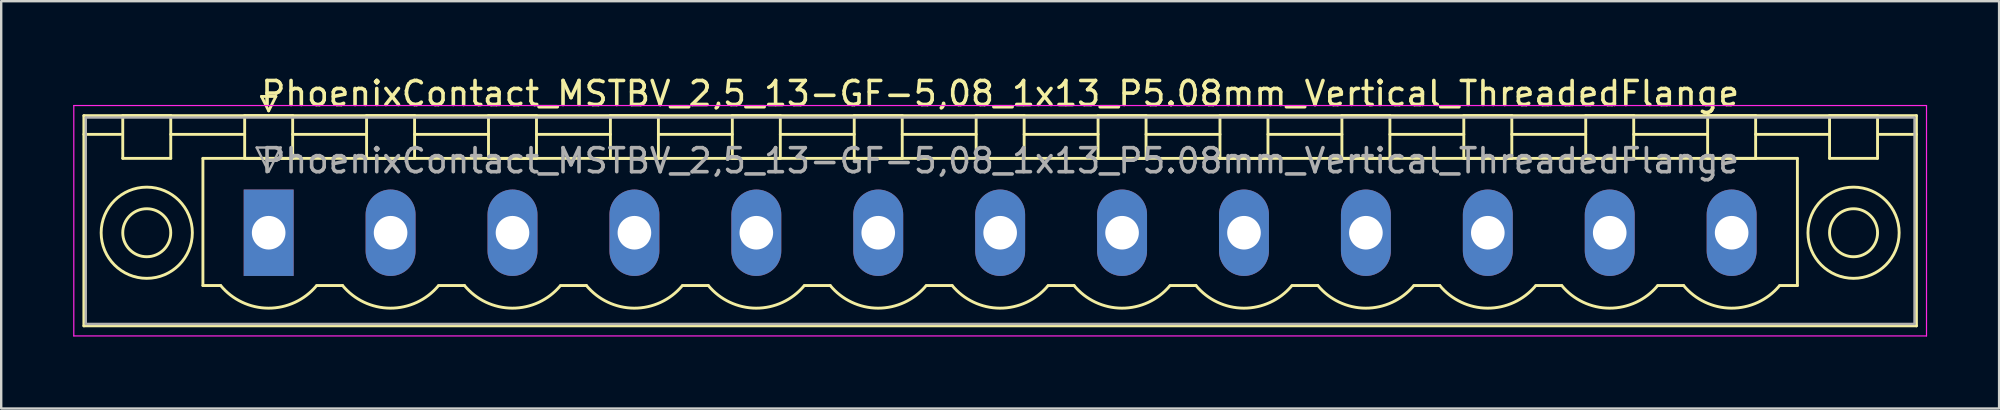
<source format=kicad_pcb>
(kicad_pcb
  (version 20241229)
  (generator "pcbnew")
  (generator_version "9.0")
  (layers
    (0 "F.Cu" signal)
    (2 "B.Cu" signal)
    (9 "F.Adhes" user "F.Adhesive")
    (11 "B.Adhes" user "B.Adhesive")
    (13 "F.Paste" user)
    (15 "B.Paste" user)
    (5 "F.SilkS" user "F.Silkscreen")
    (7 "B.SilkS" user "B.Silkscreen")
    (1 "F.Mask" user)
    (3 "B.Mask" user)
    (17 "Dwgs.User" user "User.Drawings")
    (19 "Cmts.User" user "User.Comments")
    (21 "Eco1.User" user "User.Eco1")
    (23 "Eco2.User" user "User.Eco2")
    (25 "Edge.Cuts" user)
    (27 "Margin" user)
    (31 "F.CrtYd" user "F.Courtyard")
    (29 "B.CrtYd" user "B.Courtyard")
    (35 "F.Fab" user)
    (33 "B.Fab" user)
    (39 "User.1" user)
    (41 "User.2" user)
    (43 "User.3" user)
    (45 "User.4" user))
  (footprint "PhoenixContact_MSTBV_2,5_13-GF-5,08_1x13_P5.08mm_Vertical_ThreadedFlange"
    (layer "F.Cu")
    (at 8.145 6.648)
    (property "Reference" "PhoenixContact_MSTBV_2,5_13-GF-5,08_1x13_P5.08mm_Vertical_ThreadedFlange" (at 30.48 -5.8 0) (layer "F.SilkS") (effects (font (size 1 1) (thickness 0.15))))
    (attr through_hole)
    (fp_line (start -7.7 -4.88) (end -7.7 3.88) (stroke (width 0.12) (type solid)) (layer "F.SilkS"))
    (fp_line (start -7.7 -4.1) (end -6.16 -4.1) (stroke (width 0.12) (type solid)) (layer "F.SilkS"))
    (fp_line (start -7.7 3.88) (end 68.66 3.88) (stroke (width 0.12) (type solid)) (layer "F.SilkS"))
    (fp_line (start -6.08 -4.88) (end -4.08 -4.88) (stroke (width 0.12) (type solid)) (layer "F.SilkS"))
    (fp_line (start -6.08 -3.1) (end -6.08 -4.88) (stroke (width 0.12) (type solid)) (layer "F.SilkS"))
    (fp_line (start -4.08 -4.88) (end -4.08 -3.1) (stroke (width 0.12) (type solid)) (layer "F.SilkS"))
    (fp_line (start -4.08 -4.1) (end -1 -4.1) (stroke (width 0.12) (type solid)) (layer "F.SilkS"))
    (fp_line (start -4.08 -3.1) (end -6.08 -3.1) (stroke (width 0.12) (type solid)) (layer "F.SilkS"))
    (fp_line (start -2.74 -3.1) (end 63.7 -3.1) (stroke (width 0.12) (type solid)) (layer "F.SilkS"))
    (fp_line (start -2.74 2.2) (end -2.74 -3.1) (stroke (width 0.12) (type solid)) (layer "F.SilkS"))
    (fp_line (start -2 2.2) (end -2.74 2.2) (stroke (width 0.12) (type solid)) (layer "F.SilkS"))
    (fp_line (start -1 -4.88) (end 1 -4.88) (stroke (width 0.12) (type solid)) (layer "F.SilkS"))
    (fp_line (start -1 -3.1) (end -1 -4.88) (stroke (width 0.12) (type solid)) (layer "F.SilkS"))
    (fp_line (start -0.3 -5.68) (end 0.3 -5.68) (stroke (width 0.12) (type solid)) (layer "F.SilkS"))
    (fp_line (start 0 -5.08) (end -0.3 -5.68) (stroke (width 0.12) (type solid)) (layer "F.SilkS"))
    (fp_line (start 0.3 -5.68) (end 0 -5.08) (stroke (width 0.12) (type solid)) (layer "F.SilkS"))
    (fp_line (start 1 -4.88) (end 1 -3.1) (stroke (width 0.12) (type solid)) (layer "F.SilkS"))
    (fp_line (start 1 -4.1) (end 4.08 -4.1) (stroke (width 0.12) (type solid)) (layer "F.SilkS"))
    (fp_line (start 1 -3.1) (end -1 -3.1) (stroke (width 0.12) (type solid)) (layer "F.SilkS"))
    (fp_line (start 2 2.2) (end 3.08 2.2) (stroke (width 0.12) (type solid)) (layer "F.SilkS"))
    (fp_line (start 4.08 -4.88) (end 6.08 -4.88) (stroke (width 0.12) (type solid)) (layer "F.SilkS"))
    (fp_line (start 4.08 -3.1) (end 4.08 -4.88) (stroke (width 0.12) (type solid)) (layer "F.SilkS"))
    (fp_line (start 6.08 -4.88) (end 6.08 -3.1) (stroke (width 0.12) (type solid)) (layer "F.SilkS"))
    (fp_line (start 6.08 -4.1) (end 9.16 -4.1) (stroke (width 0.12) (type solid)) (layer "F.SilkS"))
    (fp_line (start 6.08 -3.1) (end 4.08 -3.1) (stroke (width 0.12) (type solid)) (layer "F.SilkS"))
    (fp_line (start 7.08 2.2) (end 8.16 2.2) (stroke (width 0.12) (type solid)) (layer "F.SilkS"))
    (fp_line (start 9.16 -4.88) (end 11.16 -4.88) (stroke (width 0.12) (type solid)) (layer "F.SilkS"))
    (fp_line (start 9.16 -3.1) (end 9.16 -4.88) (stroke (width 0.12) (type solid)) (layer "F.SilkS"))
    (fp_line (start 11.16 -4.88) (end 11.16 -3.1) (stroke (width 0.12) (type solid)) (layer "F.SilkS"))
    (fp_line (start 11.16 -4.1) (end 14.24 -4.1) (stroke (width 0.12) (type solid)) (layer "F.SilkS"))
    (fp_line (start 11.16 -3.1) (end 9.16 -3.1) (stroke (width 0.12) (type solid)) (layer "F.SilkS"))
    (fp_line (start 12.16 2.2) (end 13.24 2.2) (stroke (width 0.12) (type solid)) (layer "F.SilkS"))
    (fp_line (start 14.24 -4.88) (end 16.24 -4.88) (stroke (width 0.12) (type solid)) (layer "F.SilkS"))
    (fp_line (start 14.24 -3.1) (end 14.24 -4.88) (stroke (width 0.12) (type solid)) (layer "F.SilkS"))
    (fp_line (start 16.24 -4.88) (end 16.24 -3.1) (stroke (width 0.12) (type solid)) (layer "F.SilkS"))
    (fp_line (start 16.24 -4.1) (end 19.32 -4.1) (stroke (width 0.12) (type solid)) (layer "F.SilkS"))
    (fp_line (start 16.24 -3.1) (end 14.24 -3.1) (stroke (width 0.12) (type solid)) (layer "F.SilkS"))
    (fp_line (start 17.24 2.2) (end 18.32 2.2) (stroke (width 0.12) (type solid)) (layer "F.SilkS"))
    (fp_line (start 19.32 -4.88) (end 21.32 -4.88) (stroke (width 0.12) (type solid)) (layer "F.SilkS"))
    (fp_line (start 19.32 -3.1) (end 19.32 -4.88) (stroke (width 0.12) (type solid)) (layer "F.SilkS"))
    (fp_line (start 21.32 -4.88) (end 21.32 -3.1) (stroke (width 0.12) (type solid)) (layer "F.SilkS"))
    (fp_line (start 21.32 -4.1) (end 24.4 -4.1) (stroke (width 0.12) (type solid)) (layer "F.SilkS"))
    (fp_line (start 21.32 -3.1) (end 19.32 -3.1) (stroke (width 0.12) (type solid)) (layer "F.SilkS"))
    (fp_line (start 22.32 2.2) (end 23.4 2.2) (stroke (width 0.12) (type solid)) (layer "F.SilkS"))
    (fp_line (start 24.4 -4.88) (end 26.4 -4.88) (stroke (width 0.12) (type solid)) (layer "F.SilkS"))
    (fp_line (start 24.4 -3.1) (end 24.4 -4.88) (stroke (width 0.12) (type solid)) (layer "F.SilkS"))
    (fp_line (start 26.4 -4.88) (end 26.4 -3.1) (stroke (width 0.12) (type solid)) (layer "F.SilkS"))
    (fp_line (start 26.4 -4.1) (end 29.48 -4.1) (stroke (width 0.12) (type solid)) (layer "F.SilkS"))
    (fp_line (start 26.4 -3.1) (end 24.4 -3.1) (stroke (width 0.12) (type solid)) (layer "F.SilkS"))
    (fp_line (start 27.4 2.2) (end 28.48 2.2) (stroke (width 0.12) (type solid)) (layer "F.SilkS"))
    (fp_line (start 29.48 -4.88) (end 31.48 -4.88) (stroke (width 0.12) (type solid)) (layer "F.SilkS"))
    (fp_line (start 29.48 -3.1) (end 29.48 -4.88) (stroke (width 0.12) (type solid)) (layer "F.SilkS"))
    (fp_line (start 31.48 -4.88) (end 31.48 -3.1) (stroke (width 0.12) (type solid)) (layer "F.SilkS"))
    (fp_line (start 31.48 -4.1) (end 34.56 -4.1) (stroke (width 0.12) (type solid)) (layer "F.SilkS"))
    (fp_line (start 31.48 -3.1) (end 29.48 -3.1) (stroke (width 0.12) (type solid)) (layer "F.SilkS"))
    (fp_line (start 32.48 2.2) (end 33.56 2.2) (stroke (width 0.12) (type solid)) (layer "F.SilkS"))
    (fp_line (start 34.56 -4.88) (end 36.56 -4.88) (stroke (width 0.12) (type solid)) (layer "F.SilkS"))
    (fp_line (start 34.56 -3.1) (end 34.56 -4.88) (stroke (width 0.12) (type solid)) (layer "F.SilkS"))
    (fp_line (start 36.56 -4.88) (end 36.56 -3.1) (stroke (width 0.12) (type solid)) (layer "F.SilkS"))
    (fp_line (start 36.56 -4.1) (end 39.64 -4.1) (stroke (width 0.12) (type solid)) (layer "F.SilkS"))
    (fp_line (start 36.56 -3.1) (end 34.56 -3.1) (stroke (width 0.12) (type solid)) (layer "F.SilkS"))
    (fp_line (start 37.56 2.2) (end 38.64 2.2) (stroke (width 0.12) (type solid)) (layer "F.SilkS"))
    (fp_line (start 39.64 -4.88) (end 41.64 -4.88) (stroke (width 0.12) (type solid)) (layer "F.SilkS"))
    (fp_line (start 39.64 -3.1) (end 39.64 -4.88) (stroke (width 0.12) (type solid)) (layer "F.SilkS"))
    (fp_line (start 41.64 -4.88) (end 41.64 -3.1) (stroke (width 0.12) (type solid)) (layer "F.SilkS"))
    (fp_line (start 41.64 -4.1) (end 44.72 -4.1) (stroke (width 0.12) (type solid)) (layer "F.SilkS"))
    (fp_line (start 41.64 -3.1) (end 39.64 -3.1) (stroke (width 0.12) (type solid)) (layer "F.SilkS"))
    (fp_line (start 42.64 2.2) (end 43.72 2.2) (stroke (width 0.12) (type solid)) (layer "F.SilkS"))
    (fp_line (start 44.72 -4.88) (end 46.72 -4.88) (stroke (width 0.12) (type solid)) (layer "F.SilkS"))
    (fp_line (start 44.72 -3.1) (end 44.72 -4.88) (stroke (width 0.12) (type solid)) (layer "F.SilkS"))
    (fp_line (start 46.72 -4.88) (end 46.72 -3.1) (stroke (width 0.12) (type solid)) (layer "F.SilkS"))
    (fp_line (start 46.72 -4.1) (end 49.8 -4.1) (stroke (width 0.12) (type solid)) (layer "F.SilkS"))
    (fp_line (start 46.72 -3.1) (end 44.72 -3.1) (stroke (width 0.12) (type solid)) (layer "F.SilkS"))
    (fp_line (start 47.72 2.2) (end 48.8 2.2) (stroke (width 0.12) (type solid)) (layer "F.SilkS"))
    (fp_line (start 49.8 -4.88) (end 51.8 -4.88) (stroke (width 0.12) (type solid)) (layer "F.SilkS"))
    (fp_line (start 49.8 -3.1) (end 49.8 -4.88) (stroke (width 0.12) (type solid)) (layer "F.SilkS"))
    (fp_line (start 51.8 -4.88) (end 51.8 -3.1) (stroke (width 0.12) (type solid)) (layer "F.SilkS"))
    (fp_line (start 51.8 -4.1) (end 54.88 -4.1) (stroke (width 0.12) (type solid)) (layer "F.SilkS"))
    (fp_line (start 51.8 -3.1) (end 49.8 -3.1) (stroke (width 0.12) (type solid)) (layer "F.SilkS"))
    (fp_line (start 52.8 2.2) (end 53.88 2.2) (stroke (width 0.12) (type solid)) (layer "F.SilkS"))
    (fp_line (start 54.88 -4.88) (end 56.88 -4.88) (stroke (width 0.12) (type solid)) (layer "F.SilkS"))
    (fp_line (start 54.88 -3.1) (end 54.88 -4.88) (stroke (width 0.12) (type solid)) (layer "F.SilkS"))
    (fp_line (start 56.88 -4.88) (end 56.88 -3.1) (stroke (width 0.12) (type solid)) (layer "F.SilkS"))
    (fp_line (start 56.88 -4.1) (end 59.96 -4.1) (stroke (width 0.12) (type solid)) (layer "F.SilkS"))
    (fp_line (start 56.88 -3.1) (end 54.88 -3.1) (stroke (width 0.12) (type solid)) (layer "F.SilkS"))
    (fp_line (start 57.88 2.2) (end 58.96 2.2) (stroke (width 0.12) (type solid)) (layer "F.SilkS"))
    (fp_line (start 59.96 -4.88) (end 61.96 -4.88) (stroke (width 0.12) (type solid)) (layer "F.SilkS"))
    (fp_line (start 59.96 -3.1) (end 59.96 -4.88) (stroke (width 0.12) (type solid)) (layer "F.SilkS"))
    (fp_line (start 61.96 -4.88) (end 61.96 -3.1) (stroke (width 0.12) (type solid)) (layer "F.SilkS"))
    (fp_line (start 61.96 -4.1) (end 65.04 -4.1) (stroke (width 0.12) (type solid)) (layer "F.SilkS"))
    (fp_line (start 61.96 -3.1) (end 59.96 -3.1) (stroke (width 0.12) (type solid)) (layer "F.SilkS"))
    (fp_line (start 63.7 -3.1) (end 63.7 2.2) (stroke (width 0.12) (type solid)) (layer "F.SilkS"))
    (fp_line (start 63.7 2.2) (end 62.96 2.2) (stroke (width 0.12) (type solid)) (layer "F.SilkS"))
    (fp_line (start 65.04 -4.88) (end 67.04 -4.88) (stroke (width 0.12) (type solid)) (layer "F.SilkS"))
    (fp_line (start 65.04 -3.1) (end 65.04 -4.88) (stroke (width 0.12) (type solid)) (layer "F.SilkS"))
    (fp_line (start 67.04 -4.88) (end 67.04 -3.1) (stroke (width 0.12) (type solid)) (layer "F.SilkS"))
    (fp_line (start 67.04 -3.1) (end 65.04 -3.1) (stroke (width 0.12) (type solid)) (layer "F.SilkS"))
    (fp_line (start 68.66 -4.88) (end -7.7 -4.88) (stroke (width 0.12) (type solid)) (layer "F.SilkS"))
    (fp_line (start 68.66 -4.1) (end 67.12 -4.1) (stroke (width 0.12) (type solid)) (layer "F.SilkS"))
    (fp_line (start 68.66 3.88) (end 68.66 -4.88) (stroke (width 0.12) (type solid)) (layer "F.SilkS"))
    (fp_arc (start 1.986842 2.215821) (mid -0.010289 3.142758) (end -2 2.2) (stroke (width 0.12) (type solid)) (layer "F.SilkS"))
    (fp_arc (start 7.066842 2.215821) (mid 5.069711 3.142758) (end 3.08 2.2) (stroke (width 0.12) (type solid)) (layer "F.SilkS"))
    (fp_arc (start 12.146842 2.215821) (mid 10.149711 3.142758) (end 8.16 2.2) (stroke (width 0.12) (type solid)) (layer "F.SilkS"))
    (fp_arc (start 17.226842 2.215821) (mid 15.229711 3.142758) (end 13.24 2.2) (stroke (width 0.12) (type solid)) (layer "F.SilkS"))
    (fp_arc (start 22.306842 2.215821) (mid 20.309711 3.142758) (end 18.32 2.2) (stroke (width 0.12) (type solid)) (layer "F.SilkS"))
    (fp_arc (start 27.386842 2.215821) (mid 25.389711 3.142758) (end 23.4 2.2) (stroke (width 0.12) (type solid)) (layer "F.SilkS"))
    (fp_arc (start 32.466842 2.215821) (mid 30.469711 3.142758) (end 28.48 2.2) (stroke (width 0.12) (type solid)) (layer "F.SilkS"))
    (fp_arc (start 37.546842 2.215821) (mid 35.549711 3.142758) (end 33.56 2.2) (stroke (width 0.12) (type solid)) (layer "F.SilkS"))
    (fp_arc (start 42.626842 2.215821) (mid 40.629711 3.142758) (end 38.64 2.2) (stroke (width 0.12) (type solid)) (layer "F.SilkS"))
    (fp_arc (start 47.706842 2.215821) (mid 45.709711 3.142758) (end 43.72 2.2) (stroke (width 0.12) (type solid)) (layer "F.SilkS"))
    (fp_arc (start 52.786842 2.215821) (mid 50.789711 3.142758) (end 48.8 2.2) (stroke (width 0.12) (type solid)) (layer "F.SilkS"))
    (fp_arc (start 57.866842 2.215821) (mid 55.869711 3.142758) (end 53.88 2.2) (stroke (width 0.12) (type solid)) (layer "F.SilkS"))
    (fp_arc (start 62.946842 2.215821) (mid 60.949711 3.142758) (end 58.96 2.2) (stroke (width 0.12) (type solid)) (layer "F.SilkS"))
    (fp_circle (center -5.08 0) (end -4.08 0) (stroke (width 0.12) (type solid)) (fill no) (layer "F.SilkS"))
    (fp_circle (center -5.08 0) (end -3.18 0) (stroke (width 0.12) (type solid)) (fill no) (layer "F.SilkS"))
    (fp_circle (center 66.04 0) (end 67.04 0) (stroke (width 0.12) (type solid)) (fill no) (layer "F.SilkS"))
    (fp_circle (center 66.04 0) (end 67.94 0) (stroke (width 0.12) (type solid)) (fill no) (layer "F.SilkS"))
    (fp_line (start -8.12 -5.3) (end -8.12 4.3) (stroke (width 0.05) (type solid)) (layer "F.CrtYd"))
    (fp_line (start -8.12 4.3) (end 69.08 4.3) (stroke (width 0.05) (type solid)) (layer "F.CrtYd"))
    (fp_line (start 69.08 -5.3) (end -8.12 -5.3) (stroke (width 0.05) (type solid)) (layer "F.CrtYd"))
    (fp_line (start 69.08 4.3) (end 69.08 -5.3) (stroke (width 0.05) (type solid)) (layer "F.CrtYd"))
    (fp_line (start -7.62 -4.8) (end -7.62 3.8) (stroke (width 0.1) (type solid)) (layer "F.Fab"))
    (fp_line (start -7.62 3.8) (end 68.58 3.8) (stroke (width 0.1) (type solid)) (layer "F.Fab"))
    (fp_line (start -0.5 -3.55) (end 0.5 -3.55) (stroke (width 0.1) (type solid)) (layer "F.Fab"))
    (fp_line (start 0 -2.55) (end -0.5 -3.55) (stroke (width 0.1) (type solid)) (layer "F.Fab"))
    (fp_line (start 0.5 -3.55) (end 0 -2.55) (stroke (width 0.1) (type solid)) (layer "F.Fab"))
    (fp_line (start 68.58 -4.8) (end -7.62 -4.8) (stroke (width 0.1) (type solid)) (layer "F.Fab"))
    (fp_line (start 68.58 3.8) (end 68.58 -4.8) (stroke (width 0.1) (type solid)) (layer "F.Fab"))
    (fp_text user "${REFERENCE}" (at 30.48 -3 0) (layer "F.Fab") (effects (font (size 1 1) (thickness 0.15))))
    (pad "1" thru_hole rect (at 0 0) (size 2.08 3.6) (drill 1.4) (layers "*.Cu" "*.Mask"))
    (pad "2" thru_hole oval (at 5.08 0) (size 2.08 3.6) (drill 1.4) (layers "*.Cu" "*.Mask"))
    (pad "3" thru_hole oval (at 10.16 0) (size 2.08 3.6) (drill 1.4) (layers "*.Cu" "*.Mask"))
    (pad "4" thru_hole oval (at 15.24 0) (size 2.08 3.6) (drill 1.4) (layers "*.Cu" "*.Mask"))
    (pad "5" thru_hole oval (at 20.32 0) (size 2.08 3.6) (drill 1.4) (layers "*.Cu" "*.Mask"))
    (pad "6" thru_hole oval (at 25.4 0) (size 2.08 3.6) (drill 1.4) (layers "*.Cu" "*.Mask"))
    (pad "7" thru_hole oval (at 30.48 0) (size 2.08 3.6) (drill 1.4) (layers "*.Cu" "*.Mask"))
    (pad "8" thru_hole oval (at 35.56 0) (size 2.08 3.6) (drill 1.4) (layers "*.Cu" "*.Mask"))
    (pad "9" thru_hole oval (at 40.64 0) (size 2.08 3.6) (drill 1.4) (layers "*.Cu" "*.Mask"))
    (pad "10" thru_hole oval (at 45.72 0) (size 2.08 3.6) (drill 1.4) (layers "*.Cu" "*.Mask"))
    (pad "11" thru_hole oval (at 50.8 0) (size 2.08 3.6) (drill 1.4) (layers "*.Cu" "*.Mask"))
    (pad "12" thru_hole oval (at 55.88 0) (size 2.08 3.6) (drill 1.4) (layers "*.Cu" "*.Mask"))
    (pad "13" thru_hole oval (at 60.96 0) (size 2.08 3.6) (drill 1.4) (layers "*.Cu" "*.Mask")))
  (gr_rect
    (start -3 -3)
    (end 80.25 13.973)
    (stroke (width 0.1) (type default))
    (fill no)
    (layer "Edge.Cuts")))
</source>
